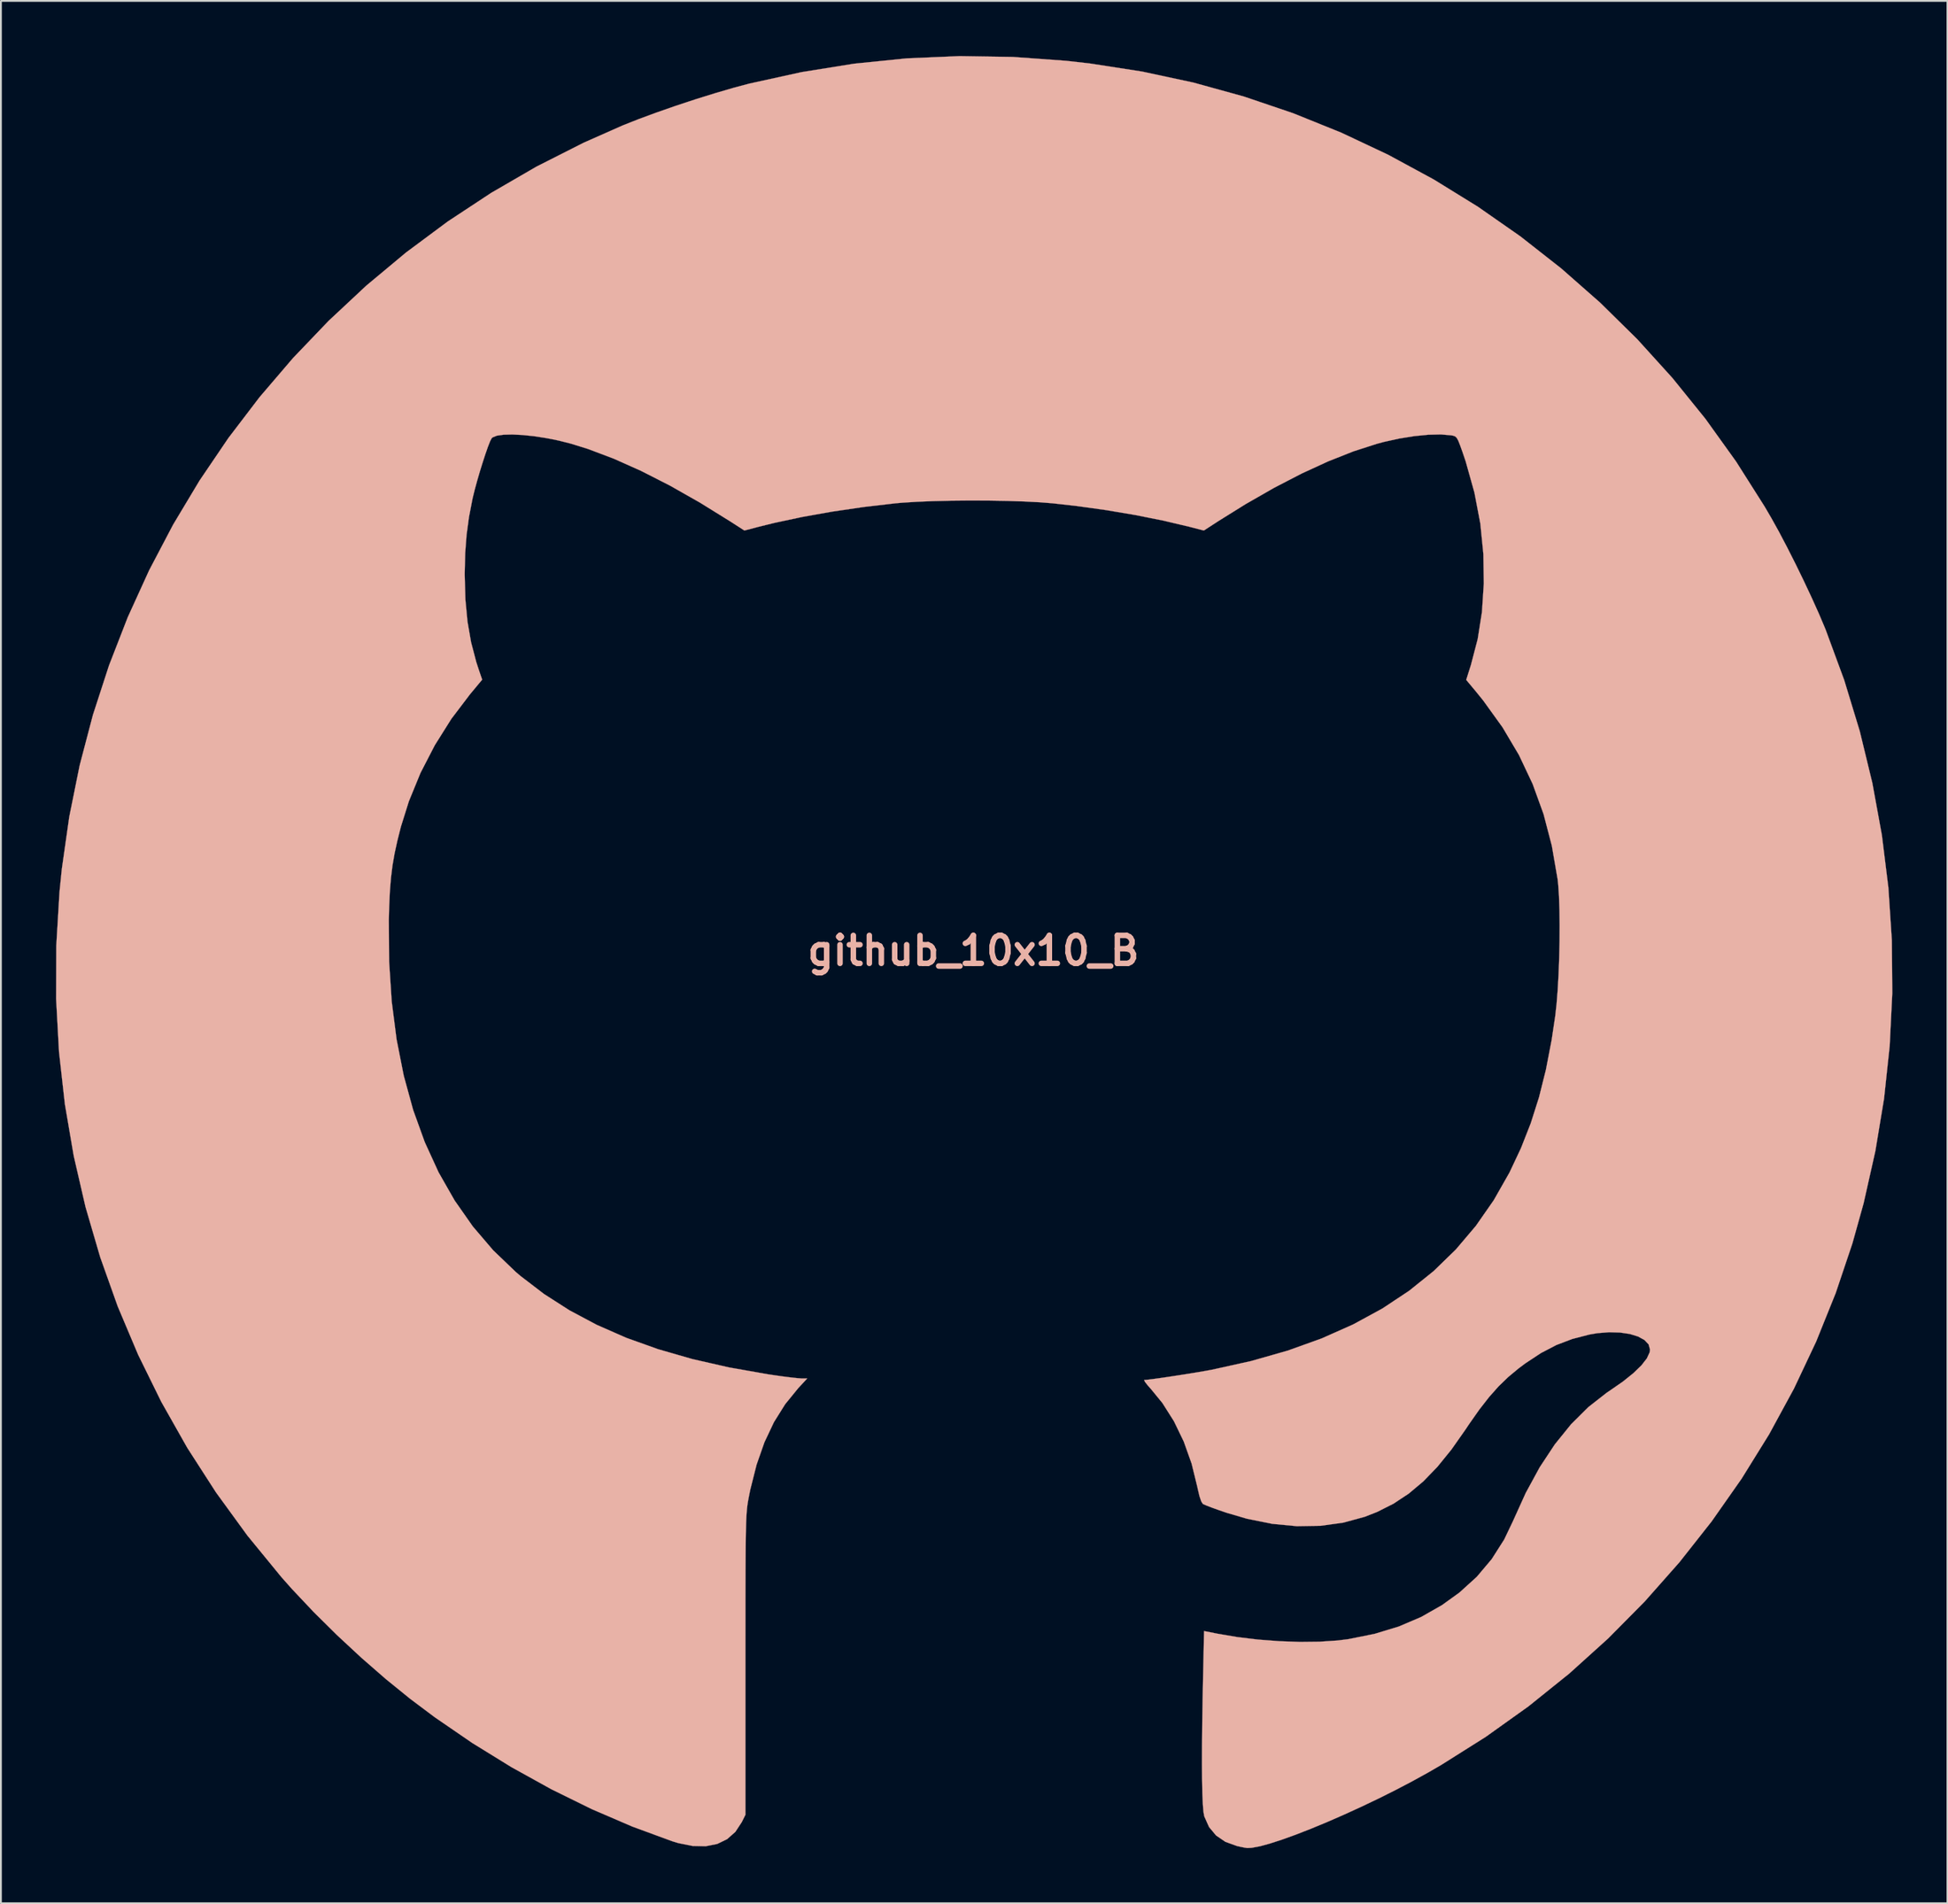
<source format=kicad_pcb>
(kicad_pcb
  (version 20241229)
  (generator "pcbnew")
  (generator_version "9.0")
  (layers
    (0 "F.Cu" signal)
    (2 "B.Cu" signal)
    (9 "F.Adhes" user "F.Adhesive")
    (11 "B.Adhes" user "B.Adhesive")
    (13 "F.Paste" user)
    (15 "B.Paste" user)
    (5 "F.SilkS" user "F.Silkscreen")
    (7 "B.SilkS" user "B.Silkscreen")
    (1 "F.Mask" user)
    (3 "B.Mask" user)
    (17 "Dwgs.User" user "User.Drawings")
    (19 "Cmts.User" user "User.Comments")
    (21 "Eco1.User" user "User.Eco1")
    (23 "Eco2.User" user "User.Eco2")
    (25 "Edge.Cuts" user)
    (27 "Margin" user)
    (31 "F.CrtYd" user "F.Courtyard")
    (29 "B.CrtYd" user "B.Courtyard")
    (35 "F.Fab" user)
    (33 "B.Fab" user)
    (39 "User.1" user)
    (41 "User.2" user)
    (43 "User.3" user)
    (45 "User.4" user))
  (footprint "github_10x10_B"
    (layer "F.Cu")
    (at 49.924 48.702)
    (property "Reference" "github_10x10_B" (at 0 0 0) (layer "B.SilkS") (effects (font (size 1.524 1.524) (thickness 0.3))))
    (attr through_hole)
    (fp_poly (pts (xy 2.149 -48.652) (xy 5.069 -48.44) (xy 6.35 -48.295) (xy 9.185 -47.856) (xy 11.977 -47.256) (xy 14.717 -46.499) (xy 17.402 -45.589) (xy 20.025 -44.53) (xy 22.579 -43.326) (xy 25.059 -41.981) (xy 27.459 -40.499) (xy 29.773 -38.884) (xy 31.995 -37.14) (xy 34.119 -35.271) (xy 36.139 -33.281) (xy 38.048 -31.174) (xy 39.842 -28.954) (xy 41.514 -26.624) (xy 43.057 -24.19) (xy 43.434 -23.545) (xy 43.839 -22.816) (xy 44.281 -21.976) (xy 44.741 -21.067) (xy 45.197 -20.13) (xy 45.63 -19.208) (xy 46.02 -18.342) (xy 46.346 -17.573) (xy 46.386 -17.474) (xy 47.397 -14.729) (xy 48.244 -11.946) (xy 48.927 -9.133) (xy 49.446 -6.294) (xy 49.8 -3.437) (xy 49.989 -0.567) (xy 50.013 2.309) (xy 49.871 5.185) (xy 49.564 8.056) (xy 49.09 10.914) (xy 48.451 13.753) (xy 47.84 15.94) (xy 46.933 18.637) (xy 45.871 21.273) (xy 44.66 23.84) (xy 43.305 26.332) (xy 41.81 28.743) (xy 40.181 31.066) (xy 38.424 33.294) (xy 36.542 35.422) (xy 34.543 37.442) (xy 32.43 39.349) (xy 30.209 41.135) (xy 27.885 42.795) (xy 25.463 44.322) (xy 24.731 44.746) (xy 23.869 45.221) (xy 22.964 45.695) (xy 22.033 46.16) (xy 21.091 46.609) (xy 20.156 47.036) (xy 19.243 47.435) (xy 18.368 47.797) (xy 17.548 48.117) (xy 16.8 48.387) (xy 16.139 48.601) (xy 15.582 48.753) (xy 15.144 48.834) (xy 14.907 48.845) (xy 14.752 48.822) (xy 14.502 48.77) (xy 14.341 48.733) (xy 13.717 48.507) (xy 13.212 48.163) (xy 12.829 47.702) (xy 12.572 47.128) (xy 12.567 47.112) (xy 12.524 46.871) (xy 12.491 46.463) (xy 12.466 45.893) (xy 12.451 45.162) (xy 12.444 44.275) (xy 12.447 43.233) (xy 12.459 42.039) (xy 12.48 40.698) (xy 12.502 39.621) (xy 12.557 37.035) (xy 13.285 37.179) (xy 14.363 37.362) (xy 15.497 37.499) (xy 16.649 37.587) (xy 17.781 37.626) (xy 18.854 37.614) (xy 19.83 37.549) (xy 20.405 37.476) (xy 21.838 37.188) (xy 23.155 36.788) (xy 24.372 36.269) (xy 25.505 35.624) (xy 26.454 34.941) (xy 27.4 34.083) (xy 28.212 33.12) (xy 28.891 32.054) (xy 29.359 31.075) (xy 30.065 29.516) (xy 30.827 28.116) (xy 31.649 26.871) (xy 32.53 25.781) (xy 33.472 24.844) (xy 34.477 24.057) (xy 34.671 23.927) (xy 35.357 23.451) (xy 35.922 22.997) (xy 36.358 22.575) (xy 36.657 22.192) (xy 36.81 21.858) (xy 36.83 21.712) (xy 36.751 21.43) (xy 36.527 21.192) (xy 36.18 21.001) (xy 35.729 20.863) (xy 35.195 20.784) (xy 34.598 20.767) (xy 33.96 20.819) (xy 33.527 20.893) (xy 32.597 21.134) (xy 31.732 21.463) (xy 30.892 21.901) (xy 30.037 22.465) (xy 29.665 22.744) (xy 29.108 23.208) (xy 28.582 23.717) (xy 28.067 24.298) (xy 27.538 24.977) (xy 26.975 25.778) (xy 26.784 26.065) (xy 26.018 27.155) (xy 25.259 28.09) (xy 24.492 28.884) (xy 23.7 29.549) (xy 22.87 30.099) (xy 21.985 30.546) (xy 21.304 30.813) (xy 20.135 31.133) (xy 18.899 31.304) (xy 17.606 31.325) (xy 16.266 31.197) (xy 14.89 30.92) (xy 13.792 30.598) (xy 13.365 30.452) (xy 12.988 30.317) (xy 12.695 30.204) (xy 12.517 30.127) (xy 12.488 30.11) (xy 12.401 29.969) (xy 12.305 29.683) (xy 12.209 29.273) (xy 12.193 29.194) (xy 11.88 27.918) (xy 11.452 26.718) (xy 10.918 25.612) (xy 10.289 24.62) (xy 9.674 23.868) (xy 9.472 23.639) (xy 9.339 23.465) (xy 9.296 23.375) (xy 9.305 23.368) (xy 9.471 23.355) (xy 9.772 23.318) (xy 10.177 23.262) (xy 10.655 23.192) (xy 11.173 23.113) (xy 11.701 23.03) (xy 12.207 22.947) (xy 12.66 22.869) (xy 12.996 22.807) (xy 15.121 22.336) (xy 17.107 21.77) (xy 18.957 21.106) (xy 20.674 20.342) (xy 22.261 19.478) (xy 23.719 18.511) (xy 25.052 17.44) (xy 26.262 16.263) (xy 27.351 14.978) (xy 28.322 13.584) (xy 29.178 12.079) (xy 29.191 12.053) (xy 29.808 10.741) (xy 30.338 9.392) (xy 30.787 7.98) (xy 31.163 6.479) (xy 31.474 4.862) (xy 31.67 3.556) (xy 31.743 2.9) (xy 31.803 2.135) (xy 31.851 1.293) (xy 31.885 0.405) (xy 31.905 -0.495) (xy 31.91 -1.376) (xy 31.9 -2.205) (xy 31.875 -2.951) (xy 31.833 -3.579) (xy 31.799 -3.895) (xy 31.485 -5.713) (xy 31.034 -7.438) (xy 30.439 -9.08) (xy 29.697 -10.651) (xy 28.802 -12.16) (xy 27.751 -13.619) (xy 27.344 -14.121) (xy 26.825 -14.743) (xy 27.084 -15.563) (xy 27.449 -16.96) (xy 27.681 -18.431) (xy 27.783 -19.988) (xy 27.759 -21.59) (xy 27.594 -23.249) (xy 27.272 -24.938) (xy 26.796 -26.636) (xy 26.623 -27.147) (xy 26.487 -27.525) (xy 26.388 -27.774) (xy 26.304 -27.923) (xy 26.215 -28.001) (xy 26.101 -28.039) (xy 26.008 -28.056) (xy 25.445 -28.104) (xy 24.762 -28.088) (xy 23.993 -28.012) (xy 23.175 -27.88) (xy 22.342 -27.696) (xy 21.982 -27.6) (xy 20.695 -27.186) (xy 19.322 -26.643) (xy 17.875 -25.978) (xy 16.368 -25.198) (xy 14.816 -24.309) (xy 13.363 -23.404) (xy 12.545 -22.874) (xy 11.755 -23.078) (xy 10.347 -23.411) (xy 8.82 -23.716) (xy 7.221 -23.986) (xy 5.597 -24.212) (xy 4.318 -24.355) (xy 3.607 -24.412) (xy 2.766 -24.455) (xy 1.828 -24.485) (xy 0.83 -24.502) (xy -0.195 -24.506) (xy -1.211 -24.496) (xy -2.182 -24.474) (xy -3.075 -24.438) (xy -3.854 -24.389) (xy -4.233 -24.356) (xy -5.969 -24.154) (xy -7.667 -23.905) (xy -9.293 -23.616) (xy -10.81 -23.293) (xy -11.67 -23.081) (xy -12.461 -22.874) (xy -13.194 -23.347) (xy -14.882 -24.394) (xy -16.509 -25.317) (xy -18.07 -26.113) (xy -19.556 -26.778) (xy -20.96 -27.309) (xy -21.901 -27.602) (xy -22.571 -27.771) (xy -23.247 -27.906) (xy -23.908 -28.008) (xy -24.53 -28.073) (xy -25.09 -28.101) (xy -25.564 -28.089) (xy -25.931 -28.037) (xy -26.167 -27.942) (xy -26.219 -27.891) (xy -26.302 -27.729) (xy -26.417 -27.436) (xy -26.555 -27.041) (xy -26.706 -26.578) (xy -26.861 -26.078) (xy -27.008 -25.572) (xy -27.139 -25.092) (xy -27.243 -24.671) (xy -27.26 -24.594) (xy -27.451 -23.601) (xy -27.581 -22.64) (xy -27.656 -21.648) (xy -27.683 -20.562) (xy -27.683 -20.447) (xy -27.646 -19.123) (xy -27.532 -17.917) (xy -27.336 -16.791) (xy -27.052 -15.709) (xy -26.91 -15.273) (xy -26.732 -14.755) (xy -27.394 -13.96) (xy -28.409 -12.622) (xy -29.311 -11.186) (xy -30.088 -9.681) (xy -30.722 -8.133) (xy -31.156 -6.749) (xy -31.348 -5.989) (xy -31.499 -5.299) (xy -31.614 -4.636) (xy -31.697 -3.96) (xy -31.756 -3.229) (xy -31.794 -2.401) (xy -31.813 -1.686) (xy -31.797 0.586) (xy -31.656 2.759) (xy -31.39 4.832) (xy -31.001 6.801) (xy -30.49 8.665) (xy -29.857 10.42) (xy -29.104 12.065) (xy -28.231 13.596) (xy -27.239 15.013) (xy -26.13 16.311) (xy -24.903 17.488) (xy -24.645 17.708) (xy -23.365 18.688) (xy -21.983 19.574) (xy -20.492 20.368) (xy -18.886 21.073) (xy -17.156 21.692) (xy -15.297 22.228) (xy -13.301 22.683) (xy -11.161 23.06) (xy -10.812 23.112) (xy -10.358 23.176) (xy -9.939 23.228) (xy -9.597 23.266) (xy -9.371 23.283) (xy -9.342 23.283) (xy -9.041 23.283) (xy -9.531 23.812) (xy -10.241 24.684) (xy -10.853 25.662) (xy -11.37 26.757) (xy -11.798 27.978) (xy -12.141 29.337) (xy -12.217 29.718) (xy -12.248 29.883) (xy -12.276 30.041) (xy -12.3 30.203) (xy -12.32 30.38) (xy -12.338 30.585) (xy -12.353 30.827) (xy -12.366 31.118) (xy -12.376 31.469) (xy -12.384 31.892) (xy -12.391 32.397) (xy -12.395 32.995) (xy -12.399 33.699) (xy -12.401 34.518) (xy -12.403 35.465) (xy -12.403 36.549) (xy -12.404 37.783) (xy -12.404 38.862) (xy -12.404 47.032) (xy -12.602 47.431) (xy -12.951 47.963) (xy -13.4 48.361) (xy -13.941 48.623) (xy -14.569 48.747) (xy -15.279 48.732) (xy -16.064 48.575) (xy -16.388 48.476) (xy -18.565 47.675) (xy -20.768 46.727) (xy -22.969 45.644) (xy -25.143 44.44) (xy -27.266 43.13) (xy -29.312 41.726) (xy -30.649 40.723) (xy -31.967 39.654) (xy -33.309 38.484) (xy -34.636 37.251) (xy -35.907 35.992) (xy -37.083 34.745) (xy -37.652 34.104) (xy -39.508 31.837) (xy -41.218 29.486) (xy -42.781 27.058) (xy -44.194 24.558) (xy -45.456 21.991) (xy -46.566 19.362) (xy -47.521 16.679) (xy -48.32 13.945) (xy -48.961 11.168) (xy -49.442 8.352) (xy -49.762 5.502) (xy -49.919 2.625) (xy -49.91 -0.273) (xy -49.736 -3.188) (xy -49.609 -4.444) (xy -49.203 -7.292) (xy -48.637 -10.092) (xy -47.915 -12.839) (xy -47.041 -15.528) (xy -46.02 -18.153) (xy -44.855 -20.71) (xy -43.552 -23.191) (xy -42.113 -25.592) (xy -40.543 -27.908) (xy -38.847 -30.132) (xy -37.027 -32.26) (xy -35.09 -34.285) (xy -33.038 -36.203) (xy -30.875 -38.007) (xy -28.607 -39.693) (xy -26.237 -41.255) (xy -23.769 -42.686) (xy -21.207 -43.983) (xy -19.092 -44.92) (xy -18.234 -45.26) (xy -17.257 -45.621) (xy -16.205 -45.988) (xy -15.125 -46.345) (xy -14.062 -46.676) (xy -13.063 -46.968) (xy -12.192 -47.2) (xy -9.344 -47.826) (xy -6.491 -48.284) (xy -3.627 -48.574) (xy -0.749 -48.697) (xy 2.149 -48.652)) (stroke (width 0.01) (type solid)) (fill yes) (layer "B.SilkS")))
  (gr_rect
    (start -3 -3)
    (end 102.941 100.552)
    (stroke (width 0.1) (type default))
    (fill no)
    (layer "Edge.Cuts")))
</source>
